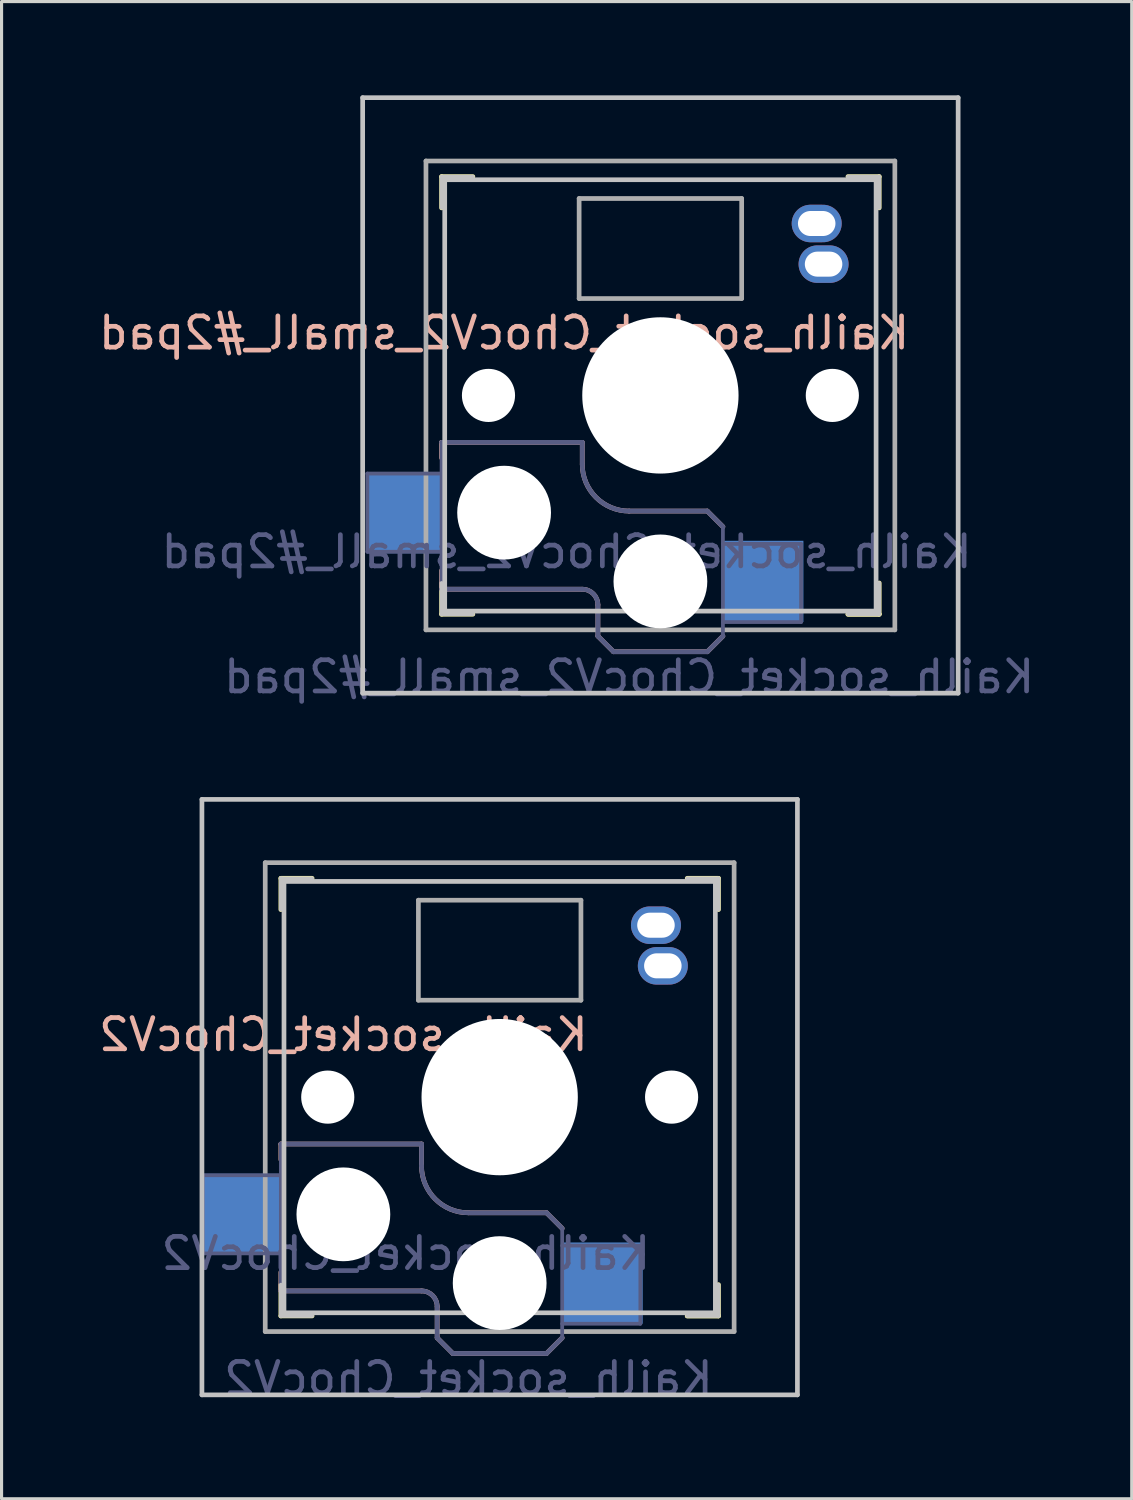
<source format=kicad_pcb>
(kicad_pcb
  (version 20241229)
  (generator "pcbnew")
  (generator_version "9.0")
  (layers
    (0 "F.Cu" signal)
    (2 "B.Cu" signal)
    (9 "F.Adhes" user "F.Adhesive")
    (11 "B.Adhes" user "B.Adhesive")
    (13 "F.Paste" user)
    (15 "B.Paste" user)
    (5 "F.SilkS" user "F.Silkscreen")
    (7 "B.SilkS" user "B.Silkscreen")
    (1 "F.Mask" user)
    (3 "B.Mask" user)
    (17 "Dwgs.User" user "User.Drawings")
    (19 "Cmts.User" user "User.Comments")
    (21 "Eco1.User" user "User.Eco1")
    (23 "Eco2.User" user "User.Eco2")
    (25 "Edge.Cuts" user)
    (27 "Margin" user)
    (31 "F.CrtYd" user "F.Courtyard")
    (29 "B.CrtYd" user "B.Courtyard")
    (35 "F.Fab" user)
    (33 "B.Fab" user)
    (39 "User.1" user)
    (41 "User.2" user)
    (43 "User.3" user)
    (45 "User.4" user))
  (footprint "Kailh_socket_ChocV2_small_#2pad"
    (layer "F.Cu")
    (at 18.077 9.6)
    (property "Reference" "Kailh_socket_ChocV2_small_#2pad" (at -5 -2 0) (layer "B.SilkS") (effects (font (size 1 1) (thickness 0.15)) (justify mirror)))
    (property "Value" "Kailh_socket_ChocV2_small_#2pad" (at 0 8.255 0) (layer "F.Fab") (hide yes) (effects (font (size 1 1) (thickness 0.15))))
    (attr through_hole)
    (fp_line (start -7 -6) (end -7 -7) (stroke (width 0.15) (type solid)) (layer "F.SilkS"))
    (fp_line (start -7 7) (end -7 6) (stroke (width 0.15) (type solid)) (layer "F.SilkS"))
    (fp_line (start -7 7) (end -6 7) (stroke (width 0.15) (type solid)) (layer "F.SilkS"))
    (fp_line (start -6 -7) (end -7 -7) (stroke (width 0.15) (type solid)) (layer "F.SilkS"))
    (fp_line (start 6 7) (end 7 7) (stroke (width 0.15) (type solid)) (layer "F.SilkS"))
    (fp_line (start 7 -7) (end 6 -7) (stroke (width 0.15) (type solid)) (layer "F.SilkS"))
    (fp_line (start 7 -7) (end 7 -6) (stroke (width 0.15) (type solid)) (layer "F.SilkS"))
    (fp_line (start 7 6) (end 7 7) (stroke (width 0.15) (type solid)) (layer "F.SilkS"))
    (fp_line (start 7 7) (end 6 7) (stroke (width 0.15) (type solid)) (layer "F.SilkS"))
    (fp_line (start -7 1.5) (end -7 2) (stroke (width 0.15) (type solid)) (layer "B.SilkS"))
    (fp_line (start -7 5.6) (end -7 6.2) (stroke (width 0.15) (type solid)) (layer "B.SilkS"))
    (fp_line (start -7 6.2) (end -2.5 6.2) (stroke (width 0.15) (type solid)) (layer "B.SilkS"))
    (fp_line (start -2.5 1.5) (end -7 1.5) (stroke (width 0.15) (type solid)) (layer "B.SilkS"))
    (fp_line (start -2.5 2.2) (end -2.5 1.5) (stroke (width 0.15) (type solid)) (layer "B.SilkS"))
    (fp_line (start -2 6.7) (end -2 7.7) (stroke (width 0.15) (type solid)) (layer "B.SilkS"))
    (fp_line (start -1.5 8.2) (end -2 7.7) (stroke (width 0.15) (type solid)) (layer "B.SilkS"))
    (fp_line (start 1.5 3.7) (end -1 3.7) (stroke (width 0.15) (type solid)) (layer "B.SilkS"))
    (fp_line (start 1.5 8.2) (end -1.5 8.2) (stroke (width 0.15) (type solid)) (layer "B.SilkS"))
    (fp_line (start 2 4.2) (end 1.5 3.7) (stroke (width 0.15) (type solid)) (layer "B.SilkS"))
    (fp_line (start 2 7.7) (end 1.5 8.2) (stroke (width 0.15) (type solid)) (layer "B.SilkS"))
    (fp_arc (start -2.5 6.2) (mid -2.146447 6.346447) (end -2 6.7) (stroke (width 0.15) (type solid)) (layer "B.SilkS"))
    (fp_arc (start -1 3.7) (mid -2.06066 3.26066) (end -2.5 2.2) (stroke (width 0.15) (type solid)) (layer "B.SilkS"))
    (fp_line (start -9.525 -9.525) (end 9.525 -9.525) (stroke (width 0.15) (type solid)) (layer "Dwgs.User"))
    (fp_line (start -9.525 9.525) (end -9.525 -9.525) (stroke (width 0.15) (type solid)) (layer "Dwgs.User"))
    (fp_line (start -7 -7) (end -7 -6) (stroke (width 0.12) (type solid)) (layer "Dwgs.User"))
    (fp_line (start -7 -7) (end -6 -7) (stroke (width 0.12) (type solid)) (layer "Dwgs.User"))
    (fp_line (start -7 7) (end -7 6) (stroke (width 0.12) (type solid)) (layer "Dwgs.User"))
    (fp_line (start -7 7) (end -6 7) (stroke (width 0.12) (type solid)) (layer "Dwgs.User"))
    (fp_line (start -6.9 6.9) (end -6.9 -6.9) (stroke (width 0.15) (type solid)) (layer "Dwgs.User"))
    (fp_line (start -6.9 6.9) (end 6.9 6.9) (stroke (width 0.15) (type solid)) (layer "Dwgs.User"))
    (fp_line (start 6.9 -6.9) (end -6.9 -6.9) (stroke (width 0.15) (type solid)) (layer "Dwgs.User"))
    (fp_line (start 6.9 -6.9) (end 6.9 6.9) (stroke (width 0.15) (type solid)) (layer "Dwgs.User"))
    (fp_line (start 7 -7) (end 6 -7) (stroke (width 0.12) (type solid)) (layer "Dwgs.User"))
    (fp_line (start 7 -7) (end 7 -6) (stroke (width 0.12) (type solid)) (layer "Dwgs.User"))
    (fp_line (start 7 7) (end 6 7) (stroke (width 0.12) (type solid)) (layer "Dwgs.User"))
    (fp_line (start 7 7) (end 7 6) (stroke (width 0.12) (type solid)) (layer "Dwgs.User"))
    (fp_line (start 9.525 -9.525) (end 9.525 9.525) (stroke (width 0.15) (type solid)) (layer "Dwgs.User"))
    (fp_line (start 9.525 9.525) (end -9.525 9.525) (stroke (width 0.15) (type solid)) (layer "Dwgs.User"))
    (fp_line (start -9.375 2.5) (end -7 2.5) (stroke (width 0.12) (type solid)) (layer "B.Fab"))
    (fp_line (start -9.375 5) (end -9.375 2.5) (stroke (width 0.12) (type solid)) (layer "B.Fab"))
    (fp_line (start -7 1.5) (end -7 6.2) (stroke (width 0.12) (type solid)) (layer "B.Fab"))
    (fp_line (start -7 5) (end -9.375 5) (stroke (width 0.12) (type solid)) (layer "B.Fab"))
    (fp_line (start -7 6.2) (end -2.5 6.2) (stroke (width 0.15) (type solid)) (layer "B.Fab"))
    (fp_line (start -2.5 1.5) (end -7 1.5) (stroke (width 0.15) (type solid)) (layer "B.Fab"))
    (fp_line (start -2.5 2.2) (end -2.5 1.5) (stroke (width 0.15) (type solid)) (layer "B.Fab"))
    (fp_line (start -2 6.7) (end -2 7.7) (stroke (width 0.15) (type solid)) (layer "B.Fab"))
    (fp_line (start -1.5 8.2) (end -2 7.7) (stroke (width 0.15) (type solid)) (layer "B.Fab"))
    (fp_line (start 1.5 3.7) (end -1 3.7) (stroke (width 0.15) (type solid)) (layer "B.Fab"))
    (fp_line (start 1.5 8.2) (end -1.5 8.2) (stroke (width 0.15) (type solid)) (layer "B.Fab"))
    (fp_line (start 2 4.2) (end 1.5 3.7) (stroke (width 0.15) (type solid)) (layer "B.Fab"))
    (fp_line (start 2 4.25) (end 2 7.7) (stroke (width 0.12) (type solid)) (layer "B.Fab"))
    (fp_line (start 2 4.75) (end 4.5 4.75) (stroke (width 0.12) (type solid)) (layer "B.Fab"))
    (fp_line (start 2 7.7) (end 1.5 8.2) (stroke (width 0.15) (type solid)) (layer "B.Fab"))
    (fp_line (start 4.5 4.75) (end 4.5 7.25) (stroke (width 0.12) (type solid)) (layer "B.Fab"))
    (fp_line (start 4.5 7.25) (end 2 7.25) (stroke (width 0.12) (type solid)) (layer "B.Fab"))
    (fp_arc (start -2.5 6.2) (mid -2.146447 6.346447) (end -2 6.7) (stroke (width 0.15) (type solid)) (layer "B.Fab"))
    (fp_arc (start -1 3.7) (mid -2.06066 3.26066) (end -2.5 2.2) (stroke (width 0.15) (type solid)) (layer "B.Fab"))
    (fp_line (start -7.5 -7.5) (end 7.5 -7.5) (stroke (width 0.15) (type solid)) (layer "F.Fab"))
    (fp_line (start -7.5 7.5) (end -7.5 -7.5) (stroke (width 0.15) (type solid)) (layer "F.Fab"))
    (fp_line (start -2.6 -3.1) (end -2.6 -6.3) (stroke (width 0.15) (type solid)) (layer "F.Fab"))
    (fp_line (start -2.6 -3.1) (end 2.6 -3.1) (stroke (width 0.15) (type solid)) (layer "F.Fab"))
    (fp_line (start 2.6 -6.3) (end -2.6 -6.3) (stroke (width 0.15) (type solid)) (layer "F.Fab"))
    (fp_line (start 2.6 -3.1) (end 2.6 -6.3) (stroke (width 0.15) (type solid)) (layer "F.Fab"))
    (fp_line (start 7.5 -7.5) (end 7.5 7.5) (stroke (width 0.15) (type solid)) (layer "F.Fab"))
    (fp_line (start 7.5 7.5) (end -7.5 7.5) (stroke (width 0.15) (type solid)) (layer "F.Fab"))
    (fp_text user "${REFERENCE}" (at -3 5 0) (layer "B.Fab") (effects (font (size 1 1) (thickness 0.15)) (justify mirror)))
    (fp_text user "${VALUE}" (at -1 9 0) (layer "B.Fab") (effects (font (size 1 1) (thickness 0.15)) (justify mirror)))
    (pad "" np_thru_hole circle (at -5.5 0) (size 1.7 1.7) (drill 1.7) (layers "*.Cu" "*.Mask"))
    (pad "" np_thru_hole circle (at -5 3.75) (size 3 3) (drill 3) (layers "*.Cu" "*.Mask"))
    (pad "" np_thru_hole circle (at 0 0) (size 5 5) (drill 5) (layers "*.Cu" "*.Mask"))
    (pad "" np_thru_hole circle (at 0 5.95) (size 3 3) (drill 3) (layers "*.Cu" "*.Mask"))
    (pad "" np_thru_hole circle (at 5.5 0) (size 1.7 1.7) (drill 1.7) (layers "*.Cu" "*.Mask"))
    (pad "1" smd rect (at 3.275 5.95) (size 2.6 2.6) (layers "B.Cu" "B.Mask" "B.Paste"))
    (pad "2" smd rect (at -8.175 3.75) (size 2.4 2.6) (layers "B.Cu" "B.Mask" "B.Paste"))
    (pad "MP" thru_hole oval (at 5 -5.5) (size 1.6 1.2) (drill oval 1.2 0.8) (layers "*.Cu" "*.Mask"))
    (pad "MP" thru_hole oval (at 5.22 -4.2) (size 1.6 1.2) (drill oval 1.2 0.8) (layers "*.Cu" "*.Mask")))
  (footprint "Kailh_socket_ChocV2"
    (layer "F.Cu")
    (at 12.935 32.048)
    (property "Reference" "Kailh_socket_ChocV2" (at -5 -2 0) (layer "B.SilkS") (effects (font (size 1 1) (thickness 0.15)) (justify mirror)))
    (property "Value" "Kailh_socket_ChocV2" (at 0 8.255 0) (layer "F.Fab") (hide yes) (effects (font (size 1 1) (thickness 0.15))))
    (attr through_hole)
    (fp_line (start -7 -6) (end -7 -7) (stroke (width 0.15) (type solid)) (layer "F.SilkS"))
    (fp_line (start -7 7) (end -7 6) (stroke (width 0.15) (type solid)) (layer "F.SilkS"))
    (fp_line (start -7 7) (end -6 7) (stroke (width 0.15) (type solid)) (layer "F.SilkS"))
    (fp_line (start -6 -7) (end -7 -7) (stroke (width 0.15) (type solid)) (layer "F.SilkS"))
    (fp_line (start 6 7) (end 7 7) (stroke (width 0.15) (type solid)) (layer "F.SilkS"))
    (fp_line (start 7 -7) (end 6 -7) (stroke (width 0.15) (type solid)) (layer "F.SilkS"))
    (fp_line (start 7 -7) (end 7 -6) (stroke (width 0.15) (type solid)) (layer "F.SilkS"))
    (fp_line (start 7 6) (end 7 7) (stroke (width 0.15) (type solid)) (layer "F.SilkS"))
    (fp_line (start 7 7) (end 6 7) (stroke (width 0.15) (type solid)) (layer "F.SilkS"))
    (fp_line (start -7 1.5) (end -7 2) (stroke (width 0.15) (type solid)) (layer "B.SilkS"))
    (fp_line (start -7 5.6) (end -7 6.2) (stroke (width 0.15) (type solid)) (layer "B.SilkS"))
    (fp_line (start -7 6.2) (end -2.5 6.2) (stroke (width 0.15) (type solid)) (layer "B.SilkS"))
    (fp_line (start -2.5 1.5) (end -7 1.5) (stroke (width 0.15) (type solid)) (layer "B.SilkS"))
    (fp_line (start -2.5 2.2) (end -2.5 1.5) (stroke (width 0.15) (type solid)) (layer "B.SilkS"))
    (fp_line (start -2 6.7) (end -2 7.7) (stroke (width 0.15) (type solid)) (layer "B.SilkS"))
    (fp_line (start -1.5 8.2) (end -2 7.7) (stroke (width 0.15) (type solid)) (layer "B.SilkS"))
    (fp_line (start 1.5 3.7) (end -1 3.7) (stroke (width 0.15) (type solid)) (layer "B.SilkS"))
    (fp_line (start 1.5 8.2) (end -1.5 8.2) (stroke (width 0.15) (type solid)) (layer "B.SilkS"))
    (fp_line (start 2 4.2) (end 1.5 3.7) (stroke (width 0.15) (type solid)) (layer "B.SilkS"))
    (fp_line (start 2 7.7) (end 1.5 8.2) (stroke (width 0.15) (type solid)) (layer "B.SilkS"))
    (fp_arc (start -2.5 6.2) (mid -2.146447 6.346447) (end -2 6.7) (stroke (width 0.15) (type solid)) (layer "B.SilkS"))
    (fp_arc (start -1 3.7) (mid -2.06066 3.26066) (end -2.5 2.2) (stroke (width 0.15) (type solid)) (layer "B.SilkS"))
    (fp_line (start -9.525 -9.525) (end 9.525 -9.525) (stroke (width 0.15) (type solid)) (layer "Dwgs.User"))
    (fp_line (start -9.525 9.525) (end -9.525 -9.525) (stroke (width 0.15) (type solid)) (layer "Dwgs.User"))
    (fp_line (start -7 -7) (end -7 -6) (stroke (width 0.12) (type solid)) (layer "Dwgs.User"))
    (fp_line (start -7 -7) (end -6 -7) (stroke (width 0.12) (type solid)) (layer "Dwgs.User"))
    (fp_line (start -7 7) (end -7 6) (stroke (width 0.12) (type solid)) (layer "Dwgs.User"))
    (fp_line (start -7 7) (end -6 7) (stroke (width 0.12) (type solid)) (layer "Dwgs.User"))
    (fp_line (start -6.9 6.9) (end -6.9 -6.9) (stroke (width 0.15) (type solid)) (layer "Dwgs.User"))
    (fp_line (start -6.9 6.9) (end 6.9 6.9) (stroke (width 0.15) (type solid)) (layer "Dwgs.User"))
    (fp_line (start 6.9 -6.9) (end -6.9 -6.9) (stroke (width 0.15) (type solid)) (layer "Dwgs.User"))
    (fp_line (start 6.9 -6.9) (end 6.9 6.9) (stroke (width 0.15) (type solid)) (layer "Dwgs.User"))
    (fp_line (start 7 -7) (end 6 -7) (stroke (width 0.12) (type solid)) (layer "Dwgs.User"))
    (fp_line (start 7 -7) (end 7 -6) (stroke (width 0.12) (type solid)) (layer "Dwgs.User"))
    (fp_line (start 7 7) (end 6 7) (stroke (width 0.12) (type solid)) (layer "Dwgs.User"))
    (fp_line (start 7 7) (end 7 6) (stroke (width 0.12) (type solid)) (layer "Dwgs.User"))
    (fp_line (start 9.525 -9.525) (end 9.525 9.525) (stroke (width 0.15) (type solid)) (layer "Dwgs.User"))
    (fp_line (start 9.525 9.525) (end -9.525 9.525) (stroke (width 0.15) (type solid)) (layer "Dwgs.User"))
    (fp_line (start -9.5 2.5) (end -7 2.5) (stroke (width 0.12) (type solid)) (layer "B.Fab"))
    (fp_line (start -9.5 5) (end -9.5 2.5) (stroke (width 0.12) (type solid)) (layer "B.Fab"))
    (fp_line (start -7 1.5) (end -7 6.2) (stroke (width 0.12) (type solid)) (layer "B.Fab"))
    (fp_line (start -7 5) (end -9.5 5) (stroke (width 0.12) (type solid)) (layer "B.Fab"))
    (fp_line (start -7 6.2) (end -2.5 6.2) (stroke (width 0.15) (type solid)) (layer "B.Fab"))
    (fp_line (start -2.5 1.5) (end -7 1.5) (stroke (width 0.15) (type solid)) (layer "B.Fab"))
    (fp_line (start -2.5 2.2) (end -2.5 1.5) (stroke (width 0.15) (type solid)) (layer "B.Fab"))
    (fp_line (start -2 6.7) (end -2 7.7) (stroke (width 0.15) (type solid)) (layer "B.Fab"))
    (fp_line (start -1.5 8.2) (end -2 7.7) (stroke (width 0.15) (type solid)) (layer "B.Fab"))
    (fp_line (start 1.5 3.7) (end -1 3.7) (stroke (width 0.15) (type solid)) (layer "B.Fab"))
    (fp_line (start 1.5 8.2) (end -1.5 8.2) (stroke (width 0.15) (type solid)) (layer "B.Fab"))
    (fp_line (start 2 4.2) (end 1.5 3.7) (stroke (width 0.15) (type solid)) (layer "B.Fab"))
    (fp_line (start 2 4.25) (end 2 7.7) (stroke (width 0.12) (type solid)) (layer "B.Fab"))
    (fp_line (start 2 4.75) (end 4.5 4.75) (stroke (width 0.12) (type solid)) (layer "B.Fab"))
    (fp_line (start 2 7.7) (end 1.5 8.2) (stroke (width 0.15) (type solid)) (layer "B.Fab"))
    (fp_line (start 4.5 4.75) (end 4.5 7.25) (stroke (width 0.12) (type solid)) (layer "B.Fab"))
    (fp_line (start 4.5 7.25) (end 2 7.25) (stroke (width 0.12) (type solid)) (layer "B.Fab"))
    (fp_arc (start -2.5 6.2) (mid -2.146447 6.346447) (end -2 6.7) (stroke (width 0.15) (type solid)) (layer "B.Fab"))
    (fp_arc (start -1 3.7) (mid -2.06066 3.26066) (end -2.5 2.2) (stroke (width 0.15) (type solid)) (layer "B.Fab"))
    (fp_line (start -7.5 -7.5) (end 7.5 -7.5) (stroke (width 0.15) (type solid)) (layer "F.Fab"))
    (fp_line (start -7.5 7.5) (end -7.5 -7.5) (stroke (width 0.15) (type solid)) (layer "F.Fab"))
    (fp_line (start -2.6 -3.1) (end -2.6 -6.3) (stroke (width 0.15) (type solid)) (layer "F.Fab"))
    (fp_line (start -2.6 -3.1) (end 2.6 -3.1) (stroke (width 0.15) (type solid)) (layer "F.Fab"))
    (fp_line (start 2.6 -6.3) (end -2.6 -6.3) (stroke (width 0.15) (type solid)) (layer "F.Fab"))
    (fp_line (start 2.6 -3.1) (end 2.6 -6.3) (stroke (width 0.15) (type solid)) (layer "F.Fab"))
    (fp_line (start 7.5 -7.5) (end 7.5 7.5) (stroke (width 0.15) (type solid)) (layer "F.Fab"))
    (fp_line (start 7.5 7.5) (end -7.5 7.5) (stroke (width 0.15) (type solid)) (layer "F.Fab"))
    (fp_text user "${REFERENCE}" (at -3 5 0) (layer "B.Fab") (effects (font (size 1 1) (thickness 0.15)) (justify mirror)))
    (fp_text user "${VALUE}" (at -1 9 0) (layer "B.Fab") (effects (font (size 1 1) (thickness 0.15)) (justify mirror)))
    (pad "" np_thru_hole circle (at -5.5 0) (size 1.7 1.7) (drill 1.7) (layers "*.Cu" "*.Mask"))
    (pad "" np_thru_hole circle (at -5 3.75) (size 3 3) (drill 3) (layers "*.Cu" "*.Mask"))
    (pad "" np_thru_hole circle (at 0 0) (size 5 5) (drill 5) (layers "*.Cu" "*.Mask"))
    (pad "" np_thru_hole circle (at 0 5.95) (size 3 3) (drill 3) (layers "*.Cu" "*.Mask"))
    (pad "" np_thru_hole circle (at 5.5 0) (size 1.7 1.7) (drill 1.7) (layers "*.Cu" "*.Mask"))
    (pad "1" smd rect (at 3.275 5.95) (size 2.6 2.6) (layers "B.Cu" "B.Mask" "B.Paste"))
    (pad "2" smd rect (at -8.275 3.75) (size 2.6 2.6) (layers "B.Cu" "B.Mask" "B.Paste"))
    (pad "MP" thru_hole oval (at 5 -5.5) (size 1.6 1.2) (drill oval 1.2 0.8) (layers "*.Cu" "*.Mask"))
    (pad "MP" thru_hole oval (at 5.22 -4.2) (size 1.6 1.2) (drill oval 1.2 0.8) (layers "*.Cu" "*.Mask")))
  (gr_rect
    (start -3 -3)
    (end 33.155 44.897)
    (stroke (width 0.1) (type default))
    (fill no)
    (layer "Edge.Cuts")))
</source>
